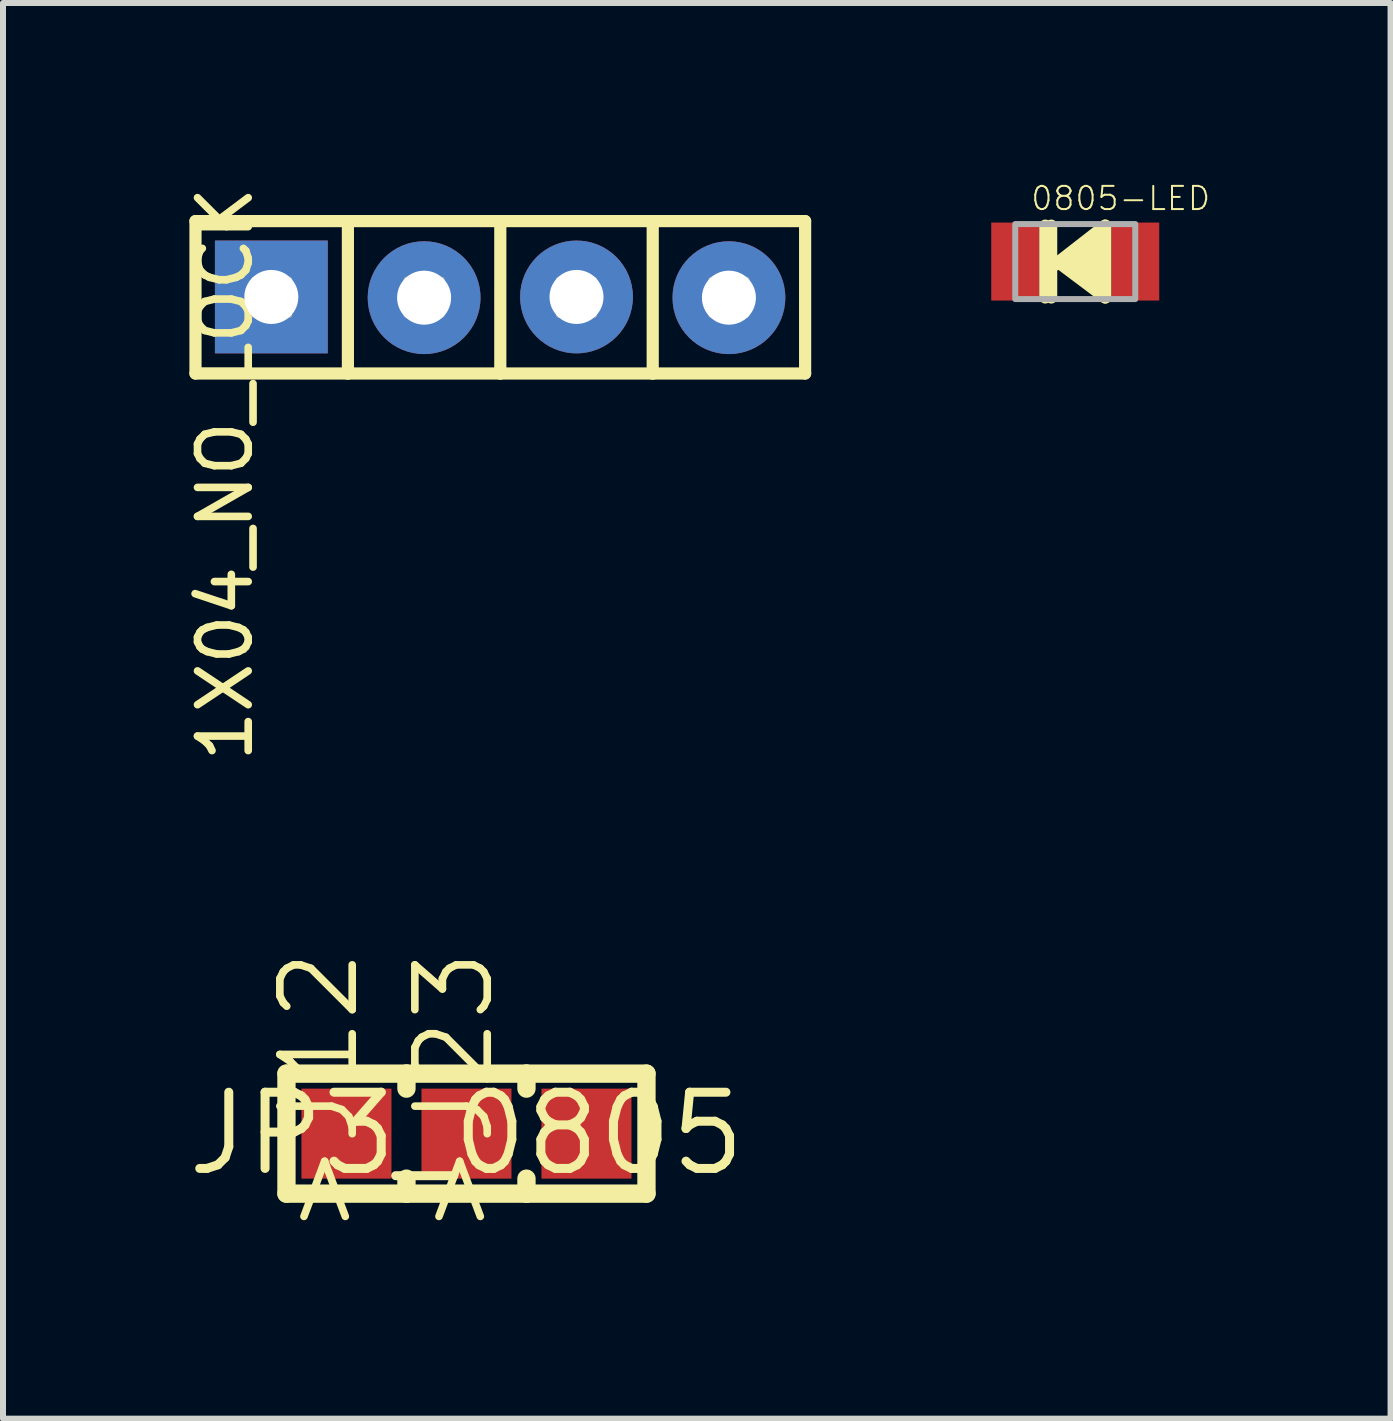
<source format=kicad_pcb>
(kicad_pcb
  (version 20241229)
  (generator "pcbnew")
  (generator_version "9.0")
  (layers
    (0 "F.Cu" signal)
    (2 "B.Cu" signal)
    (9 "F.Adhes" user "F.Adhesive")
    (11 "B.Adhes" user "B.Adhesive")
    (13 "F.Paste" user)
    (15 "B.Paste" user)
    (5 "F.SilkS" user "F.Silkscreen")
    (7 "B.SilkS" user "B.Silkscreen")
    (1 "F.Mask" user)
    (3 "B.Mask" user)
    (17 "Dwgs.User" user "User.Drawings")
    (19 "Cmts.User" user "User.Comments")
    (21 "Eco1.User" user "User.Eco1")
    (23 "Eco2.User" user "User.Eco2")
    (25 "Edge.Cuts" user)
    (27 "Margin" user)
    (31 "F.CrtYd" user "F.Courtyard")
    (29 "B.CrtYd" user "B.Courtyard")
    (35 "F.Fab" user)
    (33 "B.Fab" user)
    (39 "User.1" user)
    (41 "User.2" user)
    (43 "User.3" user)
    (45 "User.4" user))
  (footprint "JP3_0805"
    (layer "F.Cu")
    (at 4.724 15.843)
    (property "Reference" "JP3_0805" (at 0 0 0) (layer "F.SilkS") (effects (font (size 1.27 1.27) (thickness 0.15))))
    (attr through_hole)
    (fp_line (start -3 -1) (end -3 1) (stroke (width 0.305) (type solid)) (layer "F.SilkS"))
    (fp_line (start -3 1) (end -1 1) (stroke (width 0.305) (type solid)) (layer "F.SilkS"))
    (fp_line (start -1 -1) (end -3 -1) (stroke (width 0.305) (type solid)) (layer "F.SilkS"))
    (fp_line (start -1 -1) (end -1 -0.75) (stroke (width 0.305) (type solid)) (layer "F.SilkS"))
    (fp_line (start -1 1) (end -1 0.75) (stroke (width 0.305) (type solid)) (layer "F.SilkS"))
    (fp_line (start -1 1) (end 1 1) (stroke (width 0.305) (type solid)) (layer "F.SilkS"))
    (fp_line (start 1 -1) (end -1 -1) (stroke (width 0.305) (type solid)) (layer "F.SilkS"))
    (fp_line (start 1 -1) (end 1 -0.75) (stroke (width 0.305) (type solid)) (layer "F.SilkS"))
    (fp_line (start 1 1) (end 1 0.75) (stroke (width 0.305) (type solid)) (layer "F.SilkS"))
    (fp_line (start 1 1) (end 3 1) (stroke (width 0.305) (type solid)) (layer "F.SilkS"))
    (fp_line (start 3 -1) (end 1 -1) (stroke (width 0.305) (type solid)) (layer "F.SilkS"))
    (fp_line (start 3 1) (end 3 -1) (stroke (width 0.305) (type solid)) (layer "F.SilkS"))
    (fp_text user ">J23" (at 0.5 1.75 270) (layer "F.SilkS") (effects (font (size 1.206 1.206) (thickness 0.127)) (justify left bottom)))
    (fp_text user ">J12" (at -1.75 1.75 270) (layer "F.SilkS") (effects (font (size 1.206 1.206) (thickness 0.127)) (justify left bottom)))
    (pad "1" smd rect (at -2 0) (size 1.5 1.5) (layers "F.Cu" "F.Mask" "F.Paste"))
    (pad "2" smd rect (at 0 0) (size 1.5 1.5) (layers "F.Cu" "F.Mask" "F.Paste"))
    (pad "3" smd rect (at 2 0) (size 1.5 1.5) (layers "F.Cu" "F.Mask" "F.Paste")))
  (footprint "0805-LED"
    (layer "F.Cu")
    (at 14.87 1.309)
    (property "Reference" "0805-LED" (at -0.762 -0.826 0) (layer "F.SilkS") (effects (font (size 0.386 0.386) (thickness 0.033)) (justify left bottom)))
    (attr through_hole)
    (fp_line (start -0.5 -0.6) (end -0.5 0.6) (stroke (width 0.2) (type solid)) (layer "F.SilkS"))
    (fp_line (start -0.4 -0.6) (end -0.4 0.1) (stroke (width 0.2) (type solid)) (layer "F.SilkS"))
    (fp_line (start -0.4 0.1) (end -0.4 0.6) (stroke (width 0.2) (type solid)) (layer "F.SilkS"))
    (fp_line (start -0.4 0.1) (end 0.5 -0.6) (stroke (width 0.2) (type solid)) (layer "F.SilkS"))
    (fp_line (start -0.3 0) (end 0.5 0.6) (stroke (width 0.2) (type solid)) (layer "F.SilkS"))
    (fp_line (start -0.1 0) (end 0.4 0.4) (stroke (width 0.2) (type solid)) (layer "F.SilkS"))
    (fp_line (start 0.2 0) (end 0 0) (stroke (width 0.2) (type solid)) (layer "F.SilkS"))
    (fp_line (start 0.2 0) (end 0.4 0.3) (stroke (width 0.2) (type solid)) (layer "F.SilkS"))
    (fp_line (start 0.3 -0.3) (end -0.1 0) (stroke (width 0.2) (type solid)) (layer "F.SilkS"))
    (fp_line (start 0.4 -0.3) (end 0.2 0) (stroke (width 0.2) (type solid)) (layer "F.SilkS"))
    (fp_line (start 0.4 0.3) (end 0.4 -0.3) (stroke (width 0.2) (type solid)) (layer "F.SilkS"))
    (fp_line (start 0.4 0.4) (end 0.4 0.3) (stroke (width 0.2) (type solid)) (layer "F.SilkS"))
    (fp_line (start 0.5 -0.6) (end 0.5 0.6) (stroke (width 0.2) (type solid)) (layer "F.SilkS"))
    (fp_poly (pts (xy -1 0.625) (xy 1 0.625) (xy 1 -0.625) (xy -1 -0.625)) (stroke (width 0.1) (type solid)) (fill no) (layer "F.Fab"))
    (pad "MINUS" smd rect (at -1 0) (size 0.8 1.3) (layers "F.Cu" "F.Mask" "F.Paste"))
    (pad "PLUS" smd rect (at 1 0) (size 0.8 1.3) (layers "F.Cu" "F.Mask" "F.Paste")))
  (footprint "1X04_NO_LOCK"
    (layer "F.Cu")
    (at 5.288 1.778)
    (property "Reference" "1X04_NO_LOCK" (at -5.08 -1.778 270) (layer "F.SilkS") (effects (font (size 0.845 0.845) (thickness 0.127)) (justify right top)))
    (attr through_hole)
    (fp_line (start -5.08 -1.143) (end -2.54 -1.143) (stroke (width 0.203) (type solid)) (layer "F.SilkS"))
    (fp_line (start -5.08 1.397) (end -5.08 -1.143) (stroke (width 0.203) (type solid)) (layer "F.SilkS"))
    (fp_line (start -2.54 -1.143) (end -2.54 1.397) (stroke (width 0.203) (type solid)) (layer "F.SilkS"))
    (fp_line (start -2.54 -1.143) (end 0 -1.143) (stroke (width 0.203) (type solid)) (layer "F.SilkS"))
    (fp_line (start -2.54 1.397) (end -5.08 1.397) (stroke (width 0.203) (type solid)) (layer "F.SilkS"))
    (fp_line (start 0 -1.143) (end 0 1.397) (stroke (width 0.203) (type solid)) (layer "F.SilkS"))
    (fp_line (start 0 -1.143) (end 2.54 -1.143) (stroke (width 0.203) (type solid)) (layer "F.SilkS"))
    (fp_line (start 0 1.397) (end -2.54 1.397) (stroke (width 0.203) (type solid)) (layer "F.SilkS"))
    (fp_line (start 2.54 -1.143) (end 2.54 1.397) (stroke (width 0.203) (type solid)) (layer "F.SilkS"))
    (fp_line (start 2.54 -1.143) (end 5.08 -1.143) (stroke (width 0.203) (type solid)) (layer "F.SilkS"))
    (fp_line (start 2.54 1.397) (end 0 1.397) (stroke (width 0.203) (type solid)) (layer "F.SilkS"))
    (fp_line (start 5.08 -1.143) (end 5.08 1.397) (stroke (width 0.203) (type solid)) (layer "F.SilkS"))
    (fp_line (start 5.08 1.397) (end 2.54 1.397) (stroke (width 0.203) (type solid)) (layer "F.SilkS"))
    (fp_poly (pts (xy -4.102 0.419) (xy -3.518 0.419) (xy -3.518 -0.165) (xy -4.102 -0.165)) (stroke (width 0.1) (type solid)) (fill no) (layer "F.Fab"))
    (fp_poly (pts (xy -1.562 0.419) (xy -0.978 0.419) (xy -0.978 -0.165) (xy -1.562 -0.165)) (stroke (width 0.1) (type solid)) (fill no) (layer "F.Fab"))
    (fp_poly (pts (xy 0.978 0.419) (xy 1.562 0.419) (xy 1.562 -0.165) (xy 0.978 -0.165)) (stroke (width 0.1) (type solid)) (fill no) (layer "F.Fab"))
    (fp_poly (pts (xy 3.518 0.419) (xy 4.102 0.419) (xy 4.102 -0.165) (xy 3.518 -0.165)) (stroke (width 0.1) (type solid)) (fill no) (layer "F.Fab"))
    (pad "1" thru_hole rect (at -3.816 0.121) (size 1.88 1.88) (drill 0.9) (layers "*.Cu" "*.Mask"))
    (pad "2" thru_hole circle (at -1.27 0.133) (size 1.88 1.88) (drill 0.9) (layers "*.Cu" "*.Mask"))
    (pad "3" thru_hole circle (at 1.27 0.121) (size 1.88 1.88) (drill 0.9) (layers "*.Cu" "*.Mask"))
    (pad "4" thru_hole circle (at 3.81 0.133) (size 1.88 1.88) (drill 0.9) (layers "*.Cu" "*.Mask")))
  (gr_rect
    (start -3 -3)
    (end 20.125 20.593)
    (stroke (width 0.1) (type default))
    (fill no)
    (layer "Edge.Cuts")))
</source>
